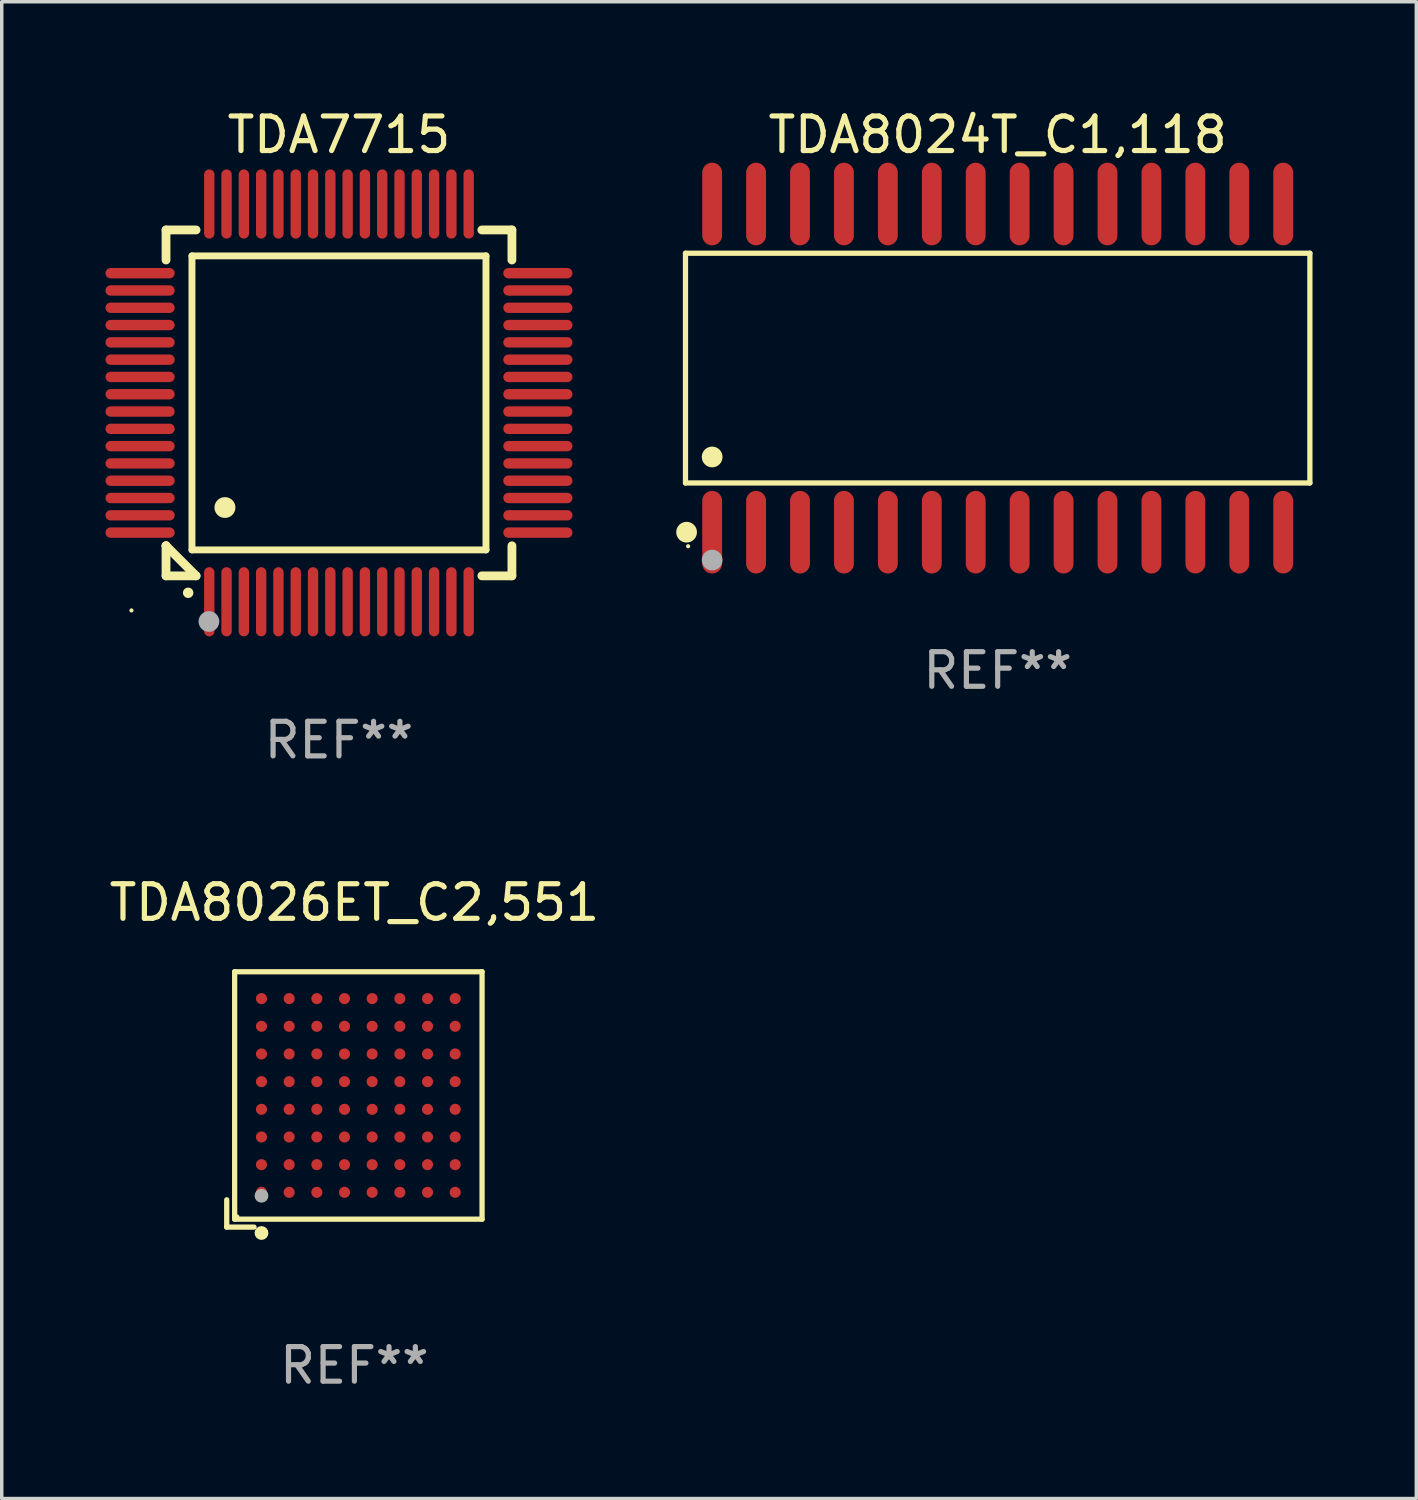
<source format=kicad_pcb>
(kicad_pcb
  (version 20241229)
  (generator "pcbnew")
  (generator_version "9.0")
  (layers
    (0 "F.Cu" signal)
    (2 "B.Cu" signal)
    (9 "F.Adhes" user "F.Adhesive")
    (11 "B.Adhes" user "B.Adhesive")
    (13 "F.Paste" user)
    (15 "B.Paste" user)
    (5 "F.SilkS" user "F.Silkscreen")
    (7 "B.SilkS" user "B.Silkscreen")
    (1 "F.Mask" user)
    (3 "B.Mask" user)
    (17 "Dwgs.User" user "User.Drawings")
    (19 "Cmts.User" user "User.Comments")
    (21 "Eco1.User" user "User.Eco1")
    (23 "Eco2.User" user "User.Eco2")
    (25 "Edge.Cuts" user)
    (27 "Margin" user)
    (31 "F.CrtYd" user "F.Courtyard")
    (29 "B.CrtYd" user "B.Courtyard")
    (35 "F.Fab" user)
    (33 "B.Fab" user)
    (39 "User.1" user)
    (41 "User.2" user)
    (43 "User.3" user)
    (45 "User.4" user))
  (footprint "TDA7715"
    (layer "F.Cu")
    (at 6.75 8.598)
    (property "Reference" "TDA7715" (at 0 -7.75 0) (layer "F.SilkS") (effects (font (size 1 1) (thickness 0.15))))
    (attr through_hole)
    (fp_line (start -5 -5) (end -4.131 -5) (stroke (width 0.254) (type solid)) (layer "F.SilkS"))
    (fp_line (start -5 -4.131) (end -5 -5) (stroke (width 0.254) (type solid)) (layer "F.SilkS"))
    (fp_line (start -5 4.131) (end -5 4.131) (stroke (width 0.254) (type solid)) (layer "F.SilkS"))
    (fp_line (start -5 5) (end -5 4.131) (stroke (width 0.254) (type solid)) (layer "F.SilkS"))
    (fp_line (start -5 4.131) (end -4.131 5) (stroke (width 0.254) (type solid)) (layer "F.SilkS"))
    (fp_line (start -4.25 -4.25) (end -4.25 4.25) (stroke (width 0.2) (type solid)) (layer "F.SilkS"))
    (fp_line (start -4.25 4.25) (end 4.25 4.25) (stroke (width 0.2) (type solid)) (layer "F.SilkS"))
    (fp_line (start -4.131 5) (end -5 5) (stroke (width 0.254) (type solid)) (layer "F.SilkS"))
    (fp_line (start 4.25 -4.25) (end -4.25 -4.25) (stroke (width 0.2) (type solid)) (layer "F.SilkS"))
    (fp_line (start 4.25 4.25) (end 4.25 -4.25) (stroke (width 0.2) (type solid)) (layer "F.SilkS"))
    (fp_line (start 5 -5) (end 4.131 -5) (stroke (width 0.254) (type solid)) (layer "F.SilkS"))
    (fp_line (start 5 -5) (end 5 -4.131) (stroke (width 0.254) (type solid)) (layer "F.SilkS"))
    (fp_line (start 5 4.131) (end 5 5) (stroke (width 0.254) (type solid)) (layer "F.SilkS"))
    (fp_line (start 5 5) (end 4.131 5) (stroke (width 0.254) (type solid)) (layer "F.SilkS"))
    (fp_arc (start -4.361265 5.489992) (mid -4.359995 5.489987) (end -4.358725 5.489992) (stroke (width 0.3) (type solid)) (layer "F.SilkS"))
    (fp_arc (start -3.299467 3.025146) (mid -3.296927 3.025135) (end -3.294387 3.025146) (stroke (width 0.6) (type solid)) (layer "F.SilkS"))
    (fp_circle (center -6 6) (end -5.97 6) (stroke (width 0.06) (type solid)) (fill no) (layer "F.SilkS"))
    (fp_circle (center -3.76 6.32) (end -3.61 6.32) (stroke (width 0.3) (type solid)) (fill no) (layer "F.Fab"))
    (fp_text user "REF**" (at 0 9.75 0) (layer "F.Fab") (effects (font (size 1 1) (thickness 0.15))))
    (pad "1" smd oval (at -3.75 5.75) (size 0.3 2) (layers "F.Cu" "F.Mask" "F.Paste"))
    (pad "2" smd oval (at -3.25 5.75) (size 0.3 2) (layers "F.Cu" "F.Mask" "F.Paste"))
    (pad "3" smd oval (at -2.75 5.75) (size 0.3 2) (layers "F.Cu" "F.Mask" "F.Paste"))
    (pad "4" smd oval (at -2.25 5.75) (size 0.3 2) (layers "F.Cu" "F.Mask" "F.Paste"))
    (pad "5" smd oval (at -1.75 5.75) (size 0.3 2) (layers "F.Cu" "F.Mask" "F.Paste"))
    (pad "6" smd oval (at -1.25 5.75) (size 0.3 2) (layers "F.Cu" "F.Mask" "F.Paste"))
    (pad "7" smd oval (at -0.75 5.75) (size 0.3 2) (layers "F.Cu" "F.Mask" "F.Paste"))
    (pad "8" smd oval (at -0.25 5.75) (size 0.3 2) (layers "F.Cu" "F.Mask" "F.Paste"))
    (pad "9" smd oval (at 0.25 5.75) (size 0.3 2) (layers "F.Cu" "F.Mask" "F.Paste"))
    (pad "10" smd oval (at 0.75 5.75) (size 0.3 2) (layers "F.Cu" "F.Mask" "F.Paste"))
    (pad "11" smd oval (at 1.25 5.75) (size 0.3 2) (layers "F.Cu" "F.Mask" "F.Paste"))
    (pad "12" smd oval (at 1.75 5.75) (size 0.3 2) (layers "F.Cu" "F.Mask" "F.Paste"))
    (pad "13" smd oval (at 2.25 5.75) (size 0.3 2) (layers "F.Cu" "F.Mask" "F.Paste"))
    (pad "14" smd oval (at 2.75 5.75) (size 0.3 2) (layers "F.Cu" "F.Mask" "F.Paste"))
    (pad "15" smd oval (at 3.25 5.75) (size 0.3 2) (layers "F.Cu" "F.Mask" "F.Paste"))
    (pad "16" smd oval (at 3.75 5.75) (size 0.3 2) (layers "F.Cu" "F.Mask" "F.Paste"))
    (pad "17" smd oval (at 5.75 3.75) (size 2 0.3) (layers "F.Cu" "F.Mask" "F.Paste"))
    (pad "18" smd oval (at 5.75 3.25) (size 2 0.3) (layers "F.Cu" "F.Mask" "F.Paste"))
    (pad "19" smd oval (at 5.75 2.75) (size 2 0.3) (layers "F.Cu" "F.Mask" "F.Paste"))
    (pad "20" smd oval (at 5.75 2.25) (size 2 0.3) (layers "F.Cu" "F.Mask" "F.Paste"))
    (pad "21" smd oval (at 5.75 1.75) (size 2 0.3) (layers "F.Cu" "F.Mask" "F.Paste"))
    (pad "22" smd oval (at 5.75 1.25) (size 2 0.3) (layers "F.Cu" "F.Mask" "F.Paste"))
    (pad "23" smd oval (at 5.75 0.75) (size 2 0.3) (layers "F.Cu" "F.Mask" "F.Paste"))
    (pad "24" smd oval (at 5.75 0.25) (size 2 0.3) (layers "F.Cu" "F.Mask" "F.Paste"))
    (pad "25" smd oval (at 5.75 -0.25) (size 2 0.3) (layers "F.Cu" "F.Mask" "F.Paste"))
    (pad "26" smd oval (at 5.75 -0.75) (size 2 0.3) (layers "F.Cu" "F.Mask" "F.Paste"))
    (pad "27" smd oval (at 5.75 -1.25) (size 2 0.3) (layers "F.Cu" "F.Mask" "F.Paste"))
    (pad "28" smd oval (at 5.75 -1.75) (size 2 0.3) (layers "F.Cu" "F.Mask" "F.Paste"))
    (pad "29" smd oval (at 5.75 -2.25) (size 2 0.3) (layers "F.Cu" "F.Mask" "F.Paste"))
    (pad "30" smd oval (at 5.75 -2.75) (size 2 0.3) (layers "F.Cu" "F.Mask" "F.Paste"))
    (pad "31" smd oval (at 5.75 -3.25) (size 2 0.3) (layers "F.Cu" "F.Mask" "F.Paste"))
    (pad "32" smd oval (at 5.75 -3.75) (size 2 0.3) (layers "F.Cu" "F.Mask" "F.Paste"))
    (pad "33" smd oval (at 3.75 -5.75) (size 0.3 2) (layers "F.Cu" "F.Mask" "F.Paste"))
    (pad "34" smd oval (at 3.25 -5.75) (size 0.3 2) (layers "F.Cu" "F.Mask" "F.Paste"))
    (pad "35" smd oval (at 2.75 -5.75) (size 0.3 2) (layers "F.Cu" "F.Mask" "F.Paste"))
    (pad "36" smd oval (at 2.25 -5.75) (size 0.3 2) (layers "F.Cu" "F.Mask" "F.Paste"))
    (pad "37" smd oval (at 1.75 -5.75) (size 0.3 2) (layers "F.Cu" "F.Mask" "F.Paste"))
    (pad "38" smd oval (at 1.25 -5.75) (size 0.3 2) (layers "F.Cu" "F.Mask" "F.Paste"))
    (pad "39" smd oval (at 0.75 -5.75) (size 0.3 2) (layers "F.Cu" "F.Mask" "F.Paste"))
    (pad "40" smd oval (at 0.25 -5.75) (size 0.3 2) (layers "F.Cu" "F.Mask" "F.Paste"))
    (pad "41" smd oval (at -0.25 -5.75) (size 0.3 2) (layers "F.Cu" "F.Mask" "F.Paste"))
    (pad "42" smd oval (at -0.75 -5.75) (size 0.3 2) (layers "F.Cu" "F.Mask" "F.Paste"))
    (pad "43" smd oval (at -1.25 -5.75) (size 0.3 2) (layers "F.Cu" "F.Mask" "F.Paste"))
    (pad "44" smd oval (at -1.75 -5.75) (size 0.3 2) (layers "F.Cu" "F.Mask" "F.Paste"))
    (pad "45" smd oval (at -2.25 -5.75) (size 0.3 2) (layers "F.Cu" "F.Mask" "F.Paste"))
    (pad "46" smd oval (at -2.75 -5.75) (size 0.3 2) (layers "F.Cu" "F.Mask" "F.Paste"))
    (pad "47" smd oval (at -3.25 -5.75) (size 0.3 2) (layers "F.Cu" "F.Mask" "F.Paste"))
    (pad "48" smd oval (at -3.75 -5.75) (size 0.3 2) (layers "F.Cu" "F.Mask" "F.Paste"))
    (pad "49" smd oval (at -5.75 -3.75) (size 2 0.3) (layers "F.Cu" "F.Mask" "F.Paste"))
    (pad "50" smd oval (at -5.75 -3.25) (size 2 0.3) (layers "F.Cu" "F.Mask" "F.Paste"))
    (pad "51" smd oval (at -5.75 -2.75) (size 2 0.3) (layers "F.Cu" "F.Mask" "F.Paste"))
    (pad "52" smd oval (at -5.75 -2.25) (size 2 0.3) (layers "F.Cu" "F.Mask" "F.Paste"))
    (pad "53" smd oval (at -5.75 -1.75) (size 2 0.3) (layers "F.Cu" "F.Mask" "F.Paste"))
    (pad "54" smd oval (at -5.75 -1.25) (size 2 0.3) (layers "F.Cu" "F.Mask" "F.Paste"))
    (pad "55" smd oval (at -5.75 -0.75) (size 2 0.3) (layers "F.Cu" "F.Mask" "F.Paste"))
    (pad "56" smd oval (at -5.75 -0.25) (size 2 0.3) (layers "F.Cu" "F.Mask" "F.Paste"))
    (pad "57" smd oval (at -5.75 0.25) (size 2 0.3) (layers "F.Cu" "F.Mask" "F.Paste"))
    (pad "58" smd oval (at -5.75 0.75) (size 2 0.3) (layers "F.Cu" "F.Mask" "F.Paste"))
    (pad "59" smd oval (at -5.75 1.25) (size 2 0.3) (layers "F.Cu" "F.Mask" "F.Paste"))
    (pad "60" smd oval (at -5.75 1.75) (size 2 0.3) (layers "F.Cu" "F.Mask" "F.Paste"))
    (pad "61" smd oval (at -5.75 2.25) (size 2 0.3) (layers "F.Cu" "F.Mask" "F.Paste"))
    (pad "62" smd oval (at -5.75 2.75) (size 2 0.3) (layers "F.Cu" "F.Mask" "F.Paste"))
    (pad "63" smd oval (at -5.75 3.25) (size 2 0.3) (layers "F.Cu" "F.Mask" "F.Paste"))
    (pad "64" smd oval (at -5.75 3.75) (size 2 0.3) (layers "F.Cu" "F.Mask" "F.Paste")))
  (footprint "TDA8024T_C1,118"
    (layer "F.Cu")
    (at 25.794 7.592)
    (property "Reference" "TDA8024T_C1,118" (at 0 -6.744 0) (layer "F.SilkS") (effects (font (size 1 1) (thickness 0.15))))
    (attr through_hole)
    (fp_line (start -9.026 -3.321) (end 9.026 -3.321) (stroke (width 0.152) (type solid)) (layer "F.SilkS"))
    (fp_line (start -9.026 3.321) (end -9.026 -3.321) (stroke (width 0.152) (type solid)) (layer "F.SilkS"))
    (fp_line (start 9.026 -3.321) (end 9.026 3.321) (stroke (width 0.152) (type solid)) (layer "F.SilkS"))
    (fp_line (start 9.026 3.321) (end -9.026 3.321) (stroke (width 0.152) (type solid)) (layer "F.SilkS"))
    (fp_circle (center -8.994 4.744) (end -8.844 4.744) (stroke (width 0.3) (type solid)) (fill no) (layer "F.SilkS"))
    (fp_circle (center -8.95 5.15) (end -8.92 5.15) (stroke (width 0.06) (type solid)) (fill no) (layer "F.SilkS"))
    (fp_circle (center -8.255 2.569) (end -8.105 2.569) (stroke (width 0.3) (type solid)) (fill no) (layer "F.SilkS"))
    (fp_circle (center -8.255 5.55) (end -8.105 5.55) (stroke (width 0.3) (type solid)) (fill no) (layer "F.Fab"))
    (fp_text user "REF**" (at 0 8.744 0) (layer "F.Fab") (effects (font (size 1 1) (thickness 0.15))))
    (pad "1" smd oval (at -8.255 4.744) (size 0.574 2.388) (layers "F.Cu" "F.Mask" "F.Paste"))
    (pad "2" smd oval (at -6.985 4.744) (size 0.574 2.388) (layers "F.Cu" "F.Mask" "F.Paste"))
    (pad "3" smd oval (at -5.715 4.744) (size 0.574 2.388) (layers "F.Cu" "F.Mask" "F.Paste"))
    (pad "4" smd oval (at -4.445 4.744) (size 0.574 2.388) (layers "F.Cu" "F.Mask" "F.Paste"))
    (pad "5" smd oval (at -3.175 4.744) (size 0.574 2.388) (layers "F.Cu" "F.Mask" "F.Paste"))
    (pad "6" smd oval (at -1.905 4.744) (size 0.574 2.388) (layers "F.Cu" "F.Mask" "F.Paste"))
    (pad "7" smd oval (at -0.635 4.744) (size 0.574 2.388) (layers "F.Cu" "F.Mask" "F.Paste"))
    (pad "8" smd oval (at 0.635 4.744) (size 0.574 2.388) (layers "F.Cu" "F.Mask" "F.Paste"))
    (pad "9" smd oval (at 1.905 4.744) (size 0.574 2.388) (layers "F.Cu" "F.Mask" "F.Paste"))
    (pad "10" smd oval (at 3.175 4.744) (size 0.574 2.388) (layers "F.Cu" "F.Mask" "F.Paste"))
    (pad "11" smd oval (at 4.445 4.744) (size 0.574 2.388) (layers "F.Cu" "F.Mask" "F.Paste"))
    (pad "12" smd oval (at 5.715 4.744) (size 0.574 2.388) (layers "F.Cu" "F.Mask" "F.Paste"))
    (pad "13" smd oval (at 6.985 4.744) (size 0.574 2.388) (layers "F.Cu" "F.Mask" "F.Paste"))
    (pad "14" smd oval (at 8.255 4.744) (size 0.574 2.388) (layers "F.Cu" "F.Mask" "F.Paste"))
    (pad "15" smd oval (at 8.255 -4.744) (size 0.574 2.388) (layers "F.Cu" "F.Mask" "F.Paste"))
    (pad "16" smd oval (at 6.985 -4.744) (size 0.574 2.388) (layers "F.Cu" "F.Mask" "F.Paste"))
    (pad "17" smd oval (at 5.715 -4.744) (size 0.574 2.388) (layers "F.Cu" "F.Mask" "F.Paste"))
    (pad "18" smd oval (at 4.445 -4.744) (size 0.574 2.388) (layers "F.Cu" "F.Mask" "F.Paste"))
    (pad "19" smd oval (at 3.175 -4.744) (size 0.574 2.388) (layers "F.Cu" "F.Mask" "F.Paste"))
    (pad "20" smd oval (at 1.905 -4.744) (size 0.574 2.388) (layers "F.Cu" "F.Mask" "F.Paste"))
    (pad "21" smd oval (at 0.635 -4.744) (size 0.574 2.388) (layers "F.Cu" "F.Mask" "F.Paste"))
    (pad "22" smd oval (at -0.635 -4.744) (size 0.574 2.388) (layers "F.Cu" "F.Mask" "F.Paste"))
    (pad "23" smd oval (at -1.905 -4.744) (size 0.574 2.388) (layers "F.Cu" "F.Mask" "F.Paste"))
    (pad "24" smd oval (at -3.175 -4.744) (size 0.574 2.388) (layers "F.Cu" "F.Mask" "F.Paste"))
    (pad "25" smd oval (at -4.445 -4.744) (size 0.574 2.388) (layers "F.Cu" "F.Mask" "F.Paste"))
    (pad "26" smd oval (at -5.715 -4.744) (size 0.574 2.388) (layers "F.Cu" "F.Mask" "F.Paste"))
    (pad "27" smd oval (at -6.985 -4.744) (size 0.574 2.388) (layers "F.Cu" "F.Mask" "F.Paste"))
    (pad "28" smd oval (at -8.255 -4.744) (size 0.574 2.388) (layers "F.Cu" "F.Mask" "F.Paste")))
  (footprint "TDA8026ET_C2,551"
    (layer "F.Cu")
    (at 7.196 28.735)
    (property "Reference" "TDA8026ET_C2,551" (at 0 -5.691 0) (layer "F.SilkS") (effects (font (size 1 1) (thickness 0.15))))
    (attr through_hole)
    (fp_line (start -3.691 2.902) (end -3.691 3.691) (stroke (width 0.152) (type solid)) (layer "F.SilkS"))
    (fp_line (start -3.691 3.691) (end -2.902 3.691) (stroke (width 0.152) (type solid)) (layer "F.SilkS"))
    (fp_line (start -3.462 -3.691) (end 3.691 -3.691) (stroke (width 0.152) (type solid)) (layer "F.SilkS"))
    (fp_line (start -3.462 3.462) (end -3.462 -3.691) (stroke (width 0.152) (type solid)) (layer "F.SilkS"))
    (fp_line (start 3.691 -3.691) (end 3.691 3.462) (stroke (width 0.152) (type solid)) (layer "F.SilkS"))
    (fp_line (start 3.691 3.462) (end -3.462 3.462) (stroke (width 0.152) (type solid)) (layer "F.SilkS"))
    (fp_circle (center -3.386 3.386) (end -3.356 3.386) (stroke (width 0.06) (type solid)) (fill no) (layer "F.SilkS"))
    (fp_circle (center -2.686 3.862) (end -2.586 3.862) (stroke (width 0.2) (type solid)) (fill no) (layer "F.SilkS"))
    (fp_circle (center -2.686 2.786) (end -2.586 2.786) (stroke (width 0.2) (type solid)) (fill no) (layer "F.Fab"))
    (fp_text user "REF**" (at 0 7.691 0) (layer "F.Fab") (effects (font (size 1 1) (thickness 0.15))))
    (pad "A1" smd circle (at -2.686 2.686) (size 0.32 0.32) (layers "F.Cu" "F.Mask" "F.Paste"))
    (pad "A2" smd circle (at -2.686 1.886) (size 0.32 0.32) (layers "F.Cu" "F.Mask" "F.Paste"))
    (pad "A3" smd circle (at -2.686 1.086) (size 0.32 0.32) (layers "F.Cu" "F.Mask" "F.Paste"))
    (pad "A4" smd circle (at -2.686 0.286) (size 0.32 0.32) (layers "F.Cu" "F.Mask" "F.Paste"))
    (pad "A5" smd circle (at -2.686 -0.514) (size 0.32 0.32) (layers "F.Cu" "F.Mask" "F.Paste"))
    (pad "A6" smd circle (at -2.686 -1.314) (size 0.32 0.32) (layers "F.Cu" "F.Mask" "F.Paste"))
    (pad "A7" smd circle (at -2.686 -2.114) (size 0.32 0.32) (layers "F.Cu" "F.Mask" "F.Paste"))
    (pad "A8" smd circle (at -2.686 -2.914) (size 0.32 0.32) (layers "F.Cu" "F.Mask" "F.Paste"))
    (pad "B1" smd circle (at -1.886 2.686) (size 0.32 0.32) (layers "F.Cu" "F.Mask" "F.Paste"))
    (pad "B2" smd circle (at -1.886 1.886) (size 0.32 0.32) (layers "F.Cu" "F.Mask" "F.Paste"))
    (pad "B3" smd circle (at -1.886 1.086) (size 0.32 0.32) (layers "F.Cu" "F.Mask" "F.Paste"))
    (pad "B4" smd circle (at -1.886 0.286) (size 0.32 0.32) (layers "F.Cu" "F.Mask" "F.Paste"))
    (pad "B5" smd circle (at -1.886 -0.514) (size 0.32 0.32) (layers "F.Cu" "F.Mask" "F.Paste"))
    (pad "B6" smd circle (at -1.886 -1.314) (size 0.32 0.32) (layers "F.Cu" "F.Mask" "F.Paste"))
    (pad "B7" smd circle (at -1.886 -2.114) (size 0.32 0.32) (layers "F.Cu" "F.Mask" "F.Paste"))
    (pad "B8" smd circle (at -1.886 -2.914) (size 0.32 0.32) (layers "F.Cu" "F.Mask" "F.Paste"))
    (pad "C1" smd circle (at -1.086 2.686) (size 0.32 0.32) (layers "F.Cu" "F.Mask" "F.Paste"))
    (pad "C2" smd circle (at -1.086 1.886) (size 0.32 0.32) (layers "F.Cu" "F.Mask" "F.Paste"))
    (pad "C3" smd circle (at -1.086 1.086) (size 0.32 0.32) (layers "F.Cu" "F.Mask" "F.Paste"))
    (pad "C4" smd circle (at -1.086 0.286) (size 0.32 0.32) (layers "F.Cu" "F.Mask" "F.Paste"))
    (pad "C5" smd circle (at -1.086 -0.514) (size 0.32 0.32) (layers "F.Cu" "F.Mask" "F.Paste"))
    (pad "C6" smd circle (at -1.086 -1.314) (size 0.32 0.32) (layers "F.Cu" "F.Mask" "F.Paste"))
    (pad "C7" smd circle (at -1.086 -2.114) (size 0.32 0.32) (layers "F.Cu" "F.Mask" "F.Paste"))
    (pad "C8" smd circle (at -1.086 -2.914) (size 0.32 0.32) (layers "F.Cu" "F.Mask" "F.Paste"))
    (pad "D1" smd circle (at -0.286 2.686) (size 0.32 0.32) (layers "F.Cu" "F.Mask" "F.Paste"))
    (pad "D2" smd circle (at -0.286 1.886) (size 0.32 0.32) (layers "F.Cu" "F.Mask" "F.Paste"))
    (pad "D3" smd circle (at -0.286 1.086) (size 0.32 0.32) (layers "F.Cu" "F.Mask" "F.Paste"))
    (pad "D4" smd circle (at -0.286 0.286) (size 0.32 0.32) (layers "F.Cu" "F.Mask" "F.Paste"))
    (pad "D5" smd circle (at -0.286 -0.514) (size 0.32 0.32) (layers "F.Cu" "F.Mask" "F.Paste"))
    (pad "D6" smd circle (at -0.286 -1.314) (size 0.32 0.32) (layers "F.Cu" "F.Mask" "F.Paste"))
    (pad "D7" smd circle (at -0.286 -2.114) (size 0.32 0.32) (layers "F.Cu" "F.Mask" "F.Paste"))
    (pad "D8" smd circle (at -0.286 -2.914) (size 0.32 0.32) (layers "F.Cu" "F.Mask" "F.Paste"))
    (pad "E1" smd circle (at 0.514 2.686) (size 0.32 0.32) (layers "F.Cu" "F.Mask" "F.Paste"))
    (pad "E2" smd circle (at 0.514 1.886) (size 0.32 0.32) (layers "F.Cu" "F.Mask" "F.Paste"))
    (pad "E3" smd circle (at 0.514 1.086) (size 0.32 0.32) (layers "F.Cu" "F.Mask" "F.Paste"))
    (pad "E4" smd circle (at 0.514 0.286) (size 0.32 0.32) (layers "F.Cu" "F.Mask" "F.Paste"))
    (pad "E5" smd circle (at 0.514 -0.514) (size 0.32 0.32) (layers "F.Cu" "F.Mask" "F.Paste"))
    (pad "E6" smd circle (at 0.514 -1.314) (size 0.32 0.32) (layers "F.Cu" "F.Mask" "F.Paste"))
    (pad "E7" smd circle (at 0.514 -2.114) (size 0.32 0.32) (layers "F.Cu" "F.Mask" "F.Paste"))
    (pad "E8" smd circle (at 0.514 -2.914) (size 0.32 0.32) (layers "F.Cu" "F.Mask" "F.Paste"))
    (pad "F1" smd circle (at 1.314 2.686) (size 0.32 0.32) (layers "F.Cu" "F.Mask" "F.Paste"))
    (pad "F2" smd circle (at 1.314 1.886) (size 0.32 0.32) (layers "F.Cu" "F.Mask" "F.Paste"))
    (pad "F3" smd circle (at 1.314 1.086) (size 0.32 0.32) (layers "F.Cu" "F.Mask" "F.Paste"))
    (pad "F4" smd circle (at 1.314 0.286) (size 0.32 0.32) (layers "F.Cu" "F.Mask" "F.Paste"))
    (pad "F5" smd circle (at 1.314 -0.514) (size 0.32 0.32) (layers "F.Cu" "F.Mask" "F.Paste"))
    (pad "F6" smd circle (at 1.314 -1.314) (size 0.32 0.32) (layers "F.Cu" "F.Mask" "F.Paste"))
    (pad "F7" smd circle (at 1.314 -2.114) (size 0.32 0.32) (layers "F.Cu" "F.Mask" "F.Paste"))
    (pad "F8" smd circle (at 1.314 -2.914) (size 0.32 0.32) (layers "F.Cu" "F.Mask" "F.Paste"))
    (pad "G1" smd circle (at 2.114 2.686) (size 0.32 0.32) (layers "F.Cu" "F.Mask" "F.Paste"))
    (pad "G2" smd circle (at 2.114 1.886) (size 0.32 0.32) (layers "F.Cu" "F.Mask" "F.Paste"))
    (pad "G3" smd circle (at 2.114 1.086) (size 0.32 0.32) (layers "F.Cu" "F.Mask" "F.Paste"))
    (pad "G4" smd circle (at 2.114 0.286) (size 0.32 0.32) (layers "F.Cu" "F.Mask" "F.Paste"))
    (pad "G5" smd circle (at 2.114 -0.514) (size 0.32 0.32) (layers "F.Cu" "F.Mask" "F.Paste"))
    (pad "G6" smd circle (at 2.114 -1.314) (size 0.32 0.32) (layers "F.Cu" "F.Mask" "F.Paste"))
    (pad "G7" smd circle (at 2.114 -2.114) (size 0.32 0.32) (layers "F.Cu" "F.Mask" "F.Paste"))
    (pad "G8" smd circle (at 2.114 -2.914) (size 0.32 0.32) (layers "F.Cu" "F.Mask" "F.Paste"))
    (pad "H1" smd circle (at 2.914 2.686) (size 0.32 0.32) (layers "F.Cu" "F.Mask" "F.Paste"))
    (pad "H2" smd circle (at 2.914 1.886) (size 0.32 0.32) (layers "F.Cu" "F.Mask" "F.Paste"))
    (pad "H3" smd circle (at 2.914 1.086) (size 0.32 0.32) (layers "F.Cu" "F.Mask" "F.Paste"))
    (pad "H4" smd circle (at 2.914 0.286) (size 0.32 0.32) (layers "F.Cu" "F.Mask" "F.Paste"))
    (pad "H5" smd circle (at 2.914 -0.514) (size 0.32 0.32) (layers "F.Cu" "F.Mask" "F.Paste"))
    (pad "H6" smd circle (at 2.914 -1.314) (size 0.32 0.32) (layers "F.Cu" "F.Mask" "F.Paste"))
    (pad "H7" smd circle (at 2.914 -2.114) (size 0.32 0.32) (layers "F.Cu" "F.Mask" "F.Paste"))
    (pad "H8" smd circle (at 2.914 -2.914) (size 0.32 0.32) (layers "F.Cu" "F.Mask" "F.Paste")))
  (gr_rect
    (start -3 -3)
    (end 37.897 40.274)
    (stroke (width 0.1) (type default))
    (fill no)
    (layer "Edge.Cuts")))
</source>
